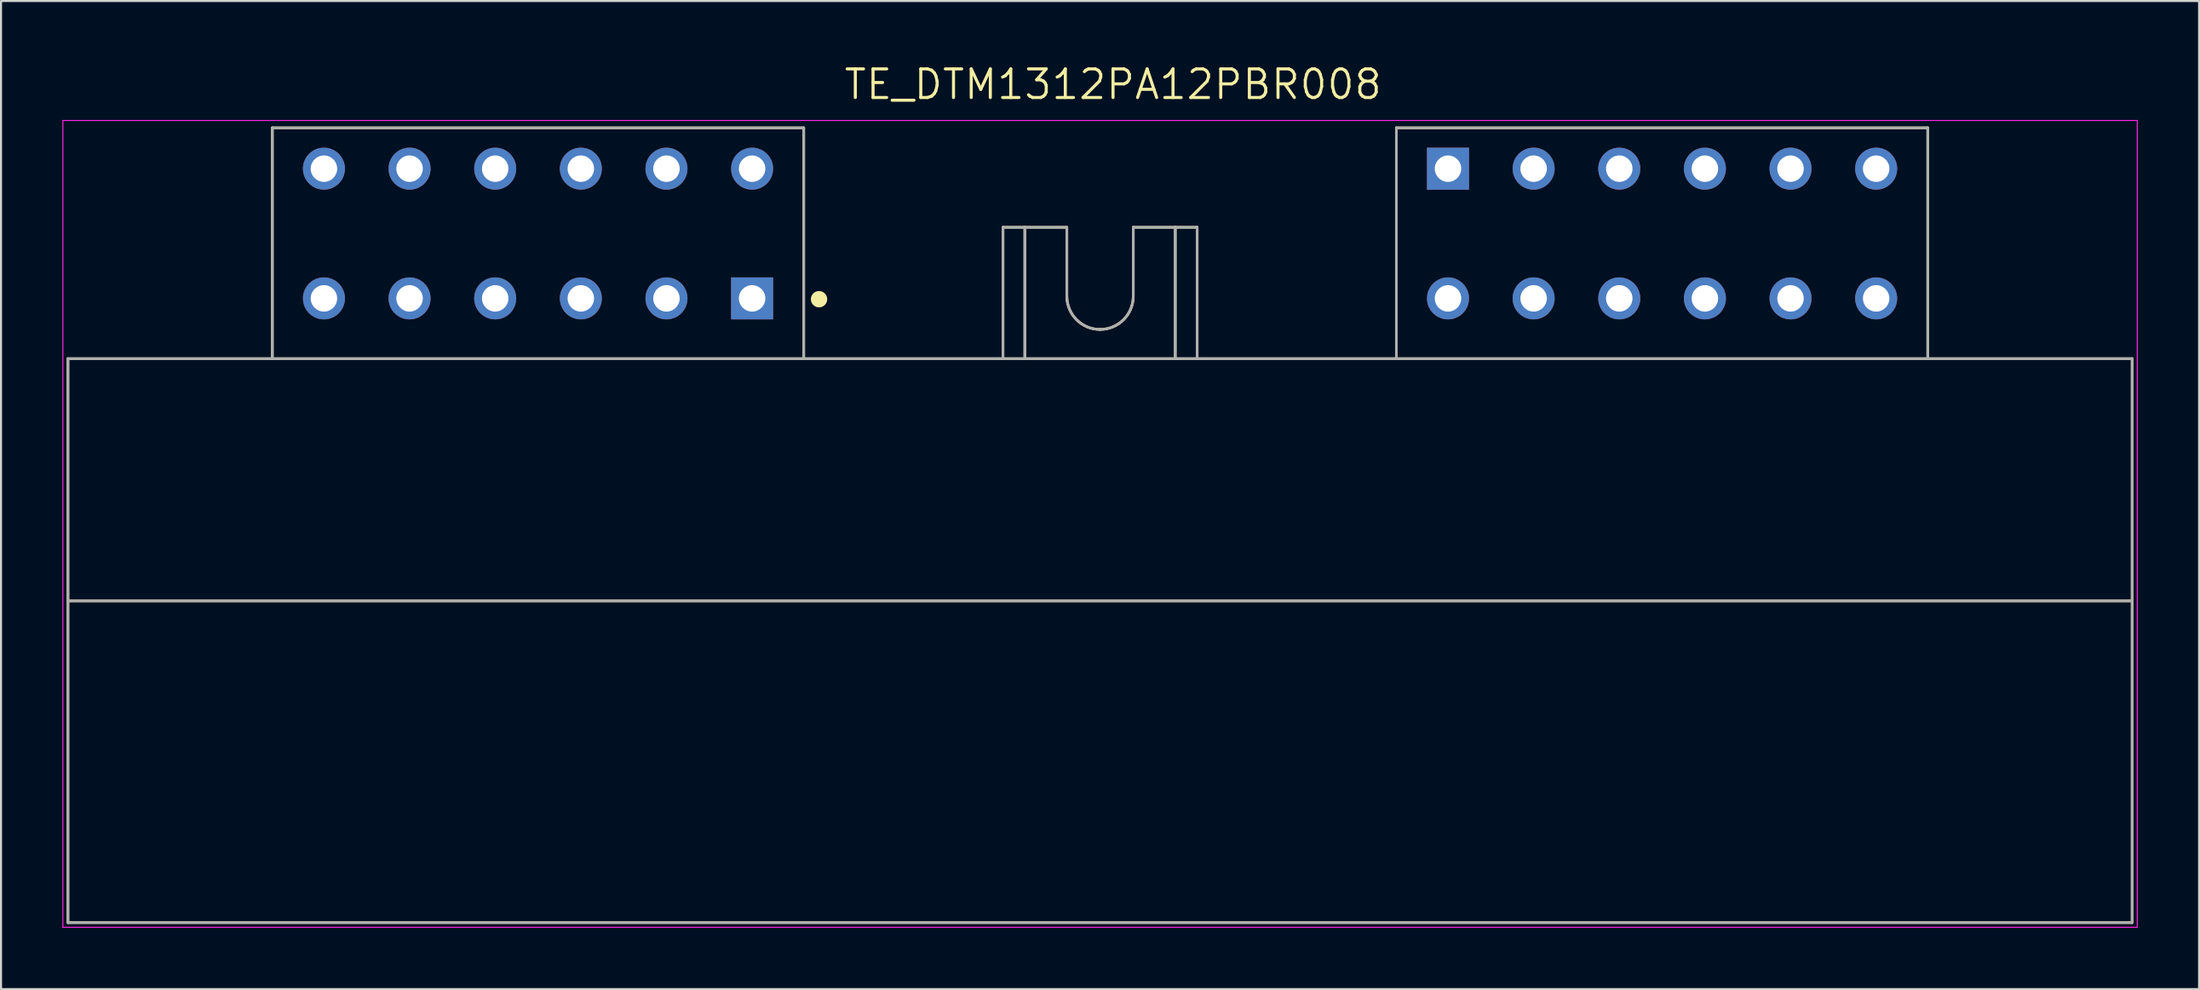
<source format=kicad_pcb>
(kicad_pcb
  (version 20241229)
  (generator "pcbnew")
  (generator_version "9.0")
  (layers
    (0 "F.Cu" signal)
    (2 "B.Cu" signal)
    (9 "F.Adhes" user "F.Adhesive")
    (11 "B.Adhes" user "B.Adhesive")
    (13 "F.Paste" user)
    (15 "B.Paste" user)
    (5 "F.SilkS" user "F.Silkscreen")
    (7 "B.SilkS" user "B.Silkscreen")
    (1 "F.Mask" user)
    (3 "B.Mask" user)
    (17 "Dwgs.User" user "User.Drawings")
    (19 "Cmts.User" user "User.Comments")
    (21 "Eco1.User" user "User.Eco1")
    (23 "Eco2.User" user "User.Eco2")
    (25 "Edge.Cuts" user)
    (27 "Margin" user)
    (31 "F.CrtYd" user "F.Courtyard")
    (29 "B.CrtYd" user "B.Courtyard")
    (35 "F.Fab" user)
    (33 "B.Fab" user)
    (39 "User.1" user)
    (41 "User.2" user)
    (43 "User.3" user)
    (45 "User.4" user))
  (footprint "TE_DTM1312PA12PBR008"
    (layer "F.Cu")
    (at 50.775 9.598)
    (property "Reference" "TE_DTM1312PA12PBR008" (at 0.635 -8.515 0) (layer "F.SilkS") (effects (font (size 1.401 1.401) (thickness 0.15))))
    (attr through_hole)
    (fp_line (start -50.5 4.91) (end -40.5 4.91) (stroke (width 0.127) (type solid)) (layer "F.SilkS"))
    (fp_line (start -50.5 16.77) (end -50.5 4.91) (stroke (width 0.127) (type solid)) (layer "F.SilkS"))
    (fp_line (start -50.5 16.77) (end -50.5 32.52) (stroke (width 0.127) (type solid)) (layer "F.SilkS"))
    (fp_line (start -50.5 32.52) (end 50.5 32.52) (stroke (width 0.127) (type solid)) (layer "F.SilkS"))
    (fp_line (start -40.5 -6.39) (end -14.5 -6.39) (stroke (width 0.127) (type solid)) (layer "F.SilkS"))
    (fp_line (start -40.5 4.91) (end -40.5 -6.39) (stroke (width 0.127) (type solid)) (layer "F.SilkS"))
    (fp_line (start -40.5 4.91) (end -14.5 4.91) (stroke (width 0.127) (type solid)) (layer "F.SilkS"))
    (fp_line (start -14.5 -6.39) (end -14.5 4.91) (stroke (width 0.127) (type solid)) (layer "F.SilkS"))
    (fp_line (start -14.5 4.91) (end -4.75 4.91) (stroke (width 0.127) (type solid)) (layer "F.SilkS"))
    (fp_line (start -4.75 -1.52) (end -3.68 -1.52) (stroke (width 0.127) (type solid)) (layer "F.SilkS"))
    (fp_line (start -4.75 4.91) (end -4.75 -1.52) (stroke (width 0.127) (type solid)) (layer "F.SilkS"))
    (fp_line (start -4.75 4.91) (end -3.68 4.91) (stroke (width 0.127) (type solid)) (layer "F.SilkS"))
    (fp_line (start -3.68 -1.52) (end -1.625 -1.52) (stroke (width 0.127) (type solid)) (layer "F.SilkS"))
    (fp_line (start -3.68 4.91) (end -3.68 -1.52) (stroke (width 0.127) (type solid)) (layer "F.SilkS"))
    (fp_line (start -3.68 4.91) (end 3.68 4.91) (stroke (width 0.127) (type solid)) (layer "F.SilkS"))
    (fp_line (start -1.625 -1.52) (end -1.625 1.855) (stroke (width 0.127) (type solid)) (layer "F.SilkS"))
    (fp_line (start 1.625 -1.52) (end 3.68 -1.52) (stroke (width 0.127) (type solid)) (layer "F.SilkS"))
    (fp_line (start 1.625 1.855) (end 1.625 -1.52) (stroke (width 0.127) (type solid)) (layer "F.SilkS"))
    (fp_line (start 3.68 -1.52) (end 4.75 -1.52) (stroke (width 0.127) (type solid)) (layer "F.SilkS"))
    (fp_line (start 3.68 4.91) (end 3.68 -1.52) (stroke (width 0.127) (type solid)) (layer "F.SilkS"))
    (fp_line (start 3.68 4.91) (end 4.75 4.91) (stroke (width 0.127) (type solid)) (layer "F.SilkS"))
    (fp_line (start 4.75 -1.52) (end 4.75 4.91) (stroke (width 0.127) (type solid)) (layer "F.SilkS"))
    (fp_line (start 4.75 4.91) (end 14.5 4.91) (stroke (width 0.127) (type solid)) (layer "F.SilkS"))
    (fp_line (start 14.5 -6.39) (end 40.5 -6.39) (stroke (width 0.127) (type solid)) (layer "F.SilkS"))
    (fp_line (start 14.5 4.91) (end 14.5 -6.39) (stroke (width 0.127) (type solid)) (layer "F.SilkS"))
    (fp_line (start 14.5 4.91) (end 40.5 4.91) (stroke (width 0.127) (type solid)) (layer "F.SilkS"))
    (fp_line (start 40.5 -6.39) (end 40.5 4.91) (stroke (width 0.127) (type solid)) (layer "F.SilkS"))
    (fp_line (start 40.5 4.91) (end 50.5 4.91) (stroke (width 0.127) (type solid)) (layer "F.SilkS"))
    (fp_line (start 50.5 4.91) (end 50.5 16.77) (stroke (width 0.127) (type solid)) (layer "F.SilkS"))
    (fp_line (start 50.5 16.77) (end -50.5 16.77) (stroke (width 0.127) (type solid)) (layer "F.SilkS"))
    (fp_line (start 50.5 32.52) (end 50.5 16.77) (stroke (width 0.127) (type solid)) (layer "F.SilkS"))
    (fp_arc (start 0 3.48) (mid -1.149049 3.004049) (end -1.625 1.855) (stroke (width 0.127) (type solid)) (layer "F.SilkS"))
    (fp_arc (start 1.625 1.855) (mid 1.149049 3.004049) (end 0 3.48) (stroke (width 0.127) (type solid)) (layer "F.SilkS"))
    (fp_circle (center -13.75 2) (end -13.55 2) (stroke (width 0.4) (type solid)) (fill no) (layer "F.SilkS"))
    (fp_line (start -50.75 -6.75) (end -50.75 32.75) (stroke (width 0.05) (type solid)) (layer "F.CrtYd"))
    (fp_line (start -50.75 32.75) (end 50.75 32.75) (stroke (width 0.05) (type solid)) (layer "F.CrtYd"))
    (fp_line (start 50.75 -6.75) (end -50.75 -6.75) (stroke (width 0.05) (type solid)) (layer "F.CrtYd"))
    (fp_line (start 50.75 32.75) (end 50.75 -6.75) (stroke (width 0.05) (type solid)) (layer "F.CrtYd"))
    (fp_line (start -50.5 4.91) (end -40.5 4.91) (stroke (width 0.127) (type solid)) (layer "F.Fab"))
    (fp_line (start -50.5 16.77) (end -50.5 4.91) (stroke (width 0.127) (type solid)) (layer "F.Fab"))
    (fp_line (start -50.5 16.77) (end -50.5 32.52) (stroke (width 0.127) (type solid)) (layer "F.Fab"))
    (fp_line (start -50.5 32.52) (end 50.5 32.52) (stroke (width 0.127) (type solid)) (layer "F.Fab"))
    (fp_line (start -40.5 -6.39) (end -14.5 -6.39) (stroke (width 0.127) (type solid)) (layer "F.Fab"))
    (fp_line (start -40.5 4.91) (end -40.5 -6.39) (stroke (width 0.127) (type solid)) (layer "F.Fab"))
    (fp_line (start -40.5 4.91) (end -14.5 4.91) (stroke (width 0.127) (type solid)) (layer "F.Fab"))
    (fp_line (start -14.5 -6.39) (end -14.5 4.91) (stroke (width 0.127) (type solid)) (layer "F.Fab"))
    (fp_line (start -14.5 4.91) (end -4.75 4.91) (stroke (width 0.127) (type solid)) (layer "F.Fab"))
    (fp_line (start -4.75 -1.52) (end -3.68 -1.52) (stroke (width 0.127) (type solid)) (layer "F.Fab"))
    (fp_line (start -4.75 4.91) (end -4.75 -1.52) (stroke (width 0.127) (type solid)) (layer "F.Fab"))
    (fp_line (start -4.75 4.91) (end -3.68 4.91) (stroke (width 0.127) (type solid)) (layer "F.Fab"))
    (fp_line (start -3.68 -1.52) (end -1.625 -1.52) (stroke (width 0.127) (type solid)) (layer "F.Fab"))
    (fp_line (start -3.68 4.91) (end -3.68 -1.52) (stroke (width 0.127) (type solid)) (layer "F.Fab"))
    (fp_line (start -3.68 4.91) (end 3.68 4.91) (stroke (width 0.127) (type solid)) (layer "F.Fab"))
    (fp_line (start -1.625 -1.52) (end -1.625 1.855) (stroke (width 0.127) (type solid)) (layer "F.Fab"))
    (fp_line (start 1.625 -1.52) (end 3.68 -1.52) (stroke (width 0.127) (type solid)) (layer "F.Fab"))
    (fp_line (start 1.625 1.855) (end 1.625 -1.52) (stroke (width 0.127) (type solid)) (layer "F.Fab"))
    (fp_line (start 3.68 -1.52) (end 4.75 -1.52) (stroke (width 0.127) (type solid)) (layer "F.Fab"))
    (fp_line (start 3.68 4.91) (end 3.68 -1.52) (stroke (width 0.127) (type solid)) (layer "F.Fab"))
    (fp_line (start 3.68 4.91) (end 4.75 4.91) (stroke (width 0.127) (type solid)) (layer "F.Fab"))
    (fp_line (start 4.75 -1.52) (end 4.75 4.91) (stroke (width 0.127) (type solid)) (layer "F.Fab"))
    (fp_line (start 4.75 4.91) (end 14.5 4.91) (stroke (width 0.127) (type solid)) (layer "F.Fab"))
    (fp_line (start 14.5 -6.39) (end 40.5 -6.39) (stroke (width 0.127) (type solid)) (layer "F.Fab"))
    (fp_line (start 14.5 4.91) (end 14.5 -6.39) (stroke (width 0.127) (type solid)) (layer "F.Fab"))
    (fp_line (start 14.5 4.91) (end 40.5 4.91) (stroke (width 0.127) (type solid)) (layer "F.Fab"))
    (fp_line (start 40.5 -6.39) (end 40.5 4.91) (stroke (width 0.127) (type solid)) (layer "F.Fab"))
    (fp_line (start 40.5 4.91) (end 50.5 4.91) (stroke (width 0.127) (type solid)) (layer "F.Fab"))
    (fp_line (start 50.5 4.91) (end 50.5 16.77) (stroke (width 0.127) (type solid)) (layer "F.Fab"))
    (fp_line (start 50.5 16.77) (end -50.5 16.77) (stroke (width 0.127) (type solid)) (layer "F.Fab"))
    (fp_line (start 50.5 32.52) (end 50.5 16.77) (stroke (width 0.127) (type solid)) (layer "F.Fab"))
    (fp_arc (start 0 3.48) (mid -1.149049 3.004049) (end -1.625 1.855) (stroke (width 0.127) (type solid)) (layer "F.Fab"))
    (fp_arc (start 1.625 1.855) (mid 1.149049 3.004049) (end 0 3.48) (stroke (width 0.127) (type solid)) (layer "F.Fab"))
    (fp_circle (center -17 2) (end -16.8 2) (stroke (width 0.4) (type solid)) (fill no) (layer "F.Fab"))
    (pad "A1" thru_hole rect (at -17.025 1.96) (size 2.056 2.056) (drill 1.294) (layers "*.Cu" "*.Mask"))
    (pad "A2" thru_hole circle (at -21.215 1.96) (size 2.056 2.056) (drill 1.294) (layers "*.Cu" "*.Mask"))
    (pad "A3" thru_hole circle (at -25.405 1.96) (size 2.056 2.056) (drill 1.294) (layers "*.Cu" "*.Mask"))
    (pad "A4" thru_hole circle (at -29.595 1.96) (size 2.056 2.056) (drill 1.294) (layers "*.Cu" "*.Mask"))
    (pad "A5" thru_hole circle (at -33.785 1.96) (size 2.056 2.056) (drill 1.294) (layers "*.Cu" "*.Mask"))
    (pad "A6" thru_hole circle (at -37.975 1.96) (size 2.056 2.056) (drill 1.294) (layers "*.Cu" "*.Mask"))
    (pad "A7" thru_hole circle (at -37.975 -4.39) (size 2.056 2.056) (drill 1.294) (layers "*.Cu" "*.Mask"))
    (pad "A8" thru_hole circle (at -33.785 -4.39) (size 2.056 2.056) (drill 1.294) (layers "*.Cu" "*.Mask"))
    (pad "A9" thru_hole circle (at -29.595 -4.39) (size 2.056 2.056) (drill 1.294) (layers "*.Cu" "*.Mask"))
    (pad "A10" thru_hole circle (at -25.405 -4.39) (size 2.056 2.056) (drill 1.294) (layers "*.Cu" "*.Mask"))
    (pad "A11" thru_hole circle (at -21.215 -4.39) (size 2.056 2.056) (drill 1.294) (layers "*.Cu" "*.Mask"))
    (pad "A12" thru_hole circle (at -17.025 -4.39) (size 2.056 2.056) (drill 1.294) (layers "*.Cu" "*.Mask"))
    (pad "B1" thru_hole rect (at 17.025 -4.39) (size 2.056 2.056) (drill 1.294) (layers "*.Cu" "*.Mask"))
    (pad "B2" thru_hole circle (at 21.215 -4.39) (size 2.056 2.056) (drill 1.294) (layers "*.Cu" "*.Mask"))
    (pad "B3" thru_hole circle (at 25.405 -4.39) (size 2.056 2.056) (drill 1.294) (layers "*.Cu" "*.Mask"))
    (pad "B4" thru_hole circle (at 29.595 -4.39) (size 2.056 2.056) (drill 1.294) (layers "*.Cu" "*.Mask"))
    (pad "B5" thru_hole circle (at 33.785 -4.39) (size 2.056 2.056) (drill 1.294) (layers "*.Cu" "*.Mask"))
    (pad "B6" thru_hole circle (at 37.975 -4.39) (size 2.056 2.056) (drill 1.294) (layers "*.Cu" "*.Mask"))
    (pad "B7" thru_hole circle (at 37.975 1.96) (size 2.056 2.056) (drill 1.294) (layers "*.Cu" "*.Mask"))
    (pad "B8" thru_hole circle (at 33.785 1.96) (size 2.056 2.056) (drill 1.294) (layers "*.Cu" "*.Mask"))
    (pad "B9" thru_hole circle (at 29.595 1.96) (size 2.056 2.056) (drill 1.294) (layers "*.Cu" "*.Mask"))
    (pad "B10" thru_hole circle (at 25.405 1.96) (size 2.056 2.056) (drill 1.294) (layers "*.Cu" "*.Mask"))
    (pad "B11" thru_hole circle (at 21.215 1.96) (size 2.056 2.056) (drill 1.294) (layers "*.Cu" "*.Mask"))
    (pad "B12" thru_hole circle (at 17.025 1.96) (size 2.056 2.056) (drill 1.294) (layers "*.Cu" "*.Mask")))
  (gr_rect
    (start -3 -3)
    (end 104.55 45.373)
    (stroke (width 0.1) (type default))
    (fill no)
    (layer "Edge.Cuts")))
</source>
